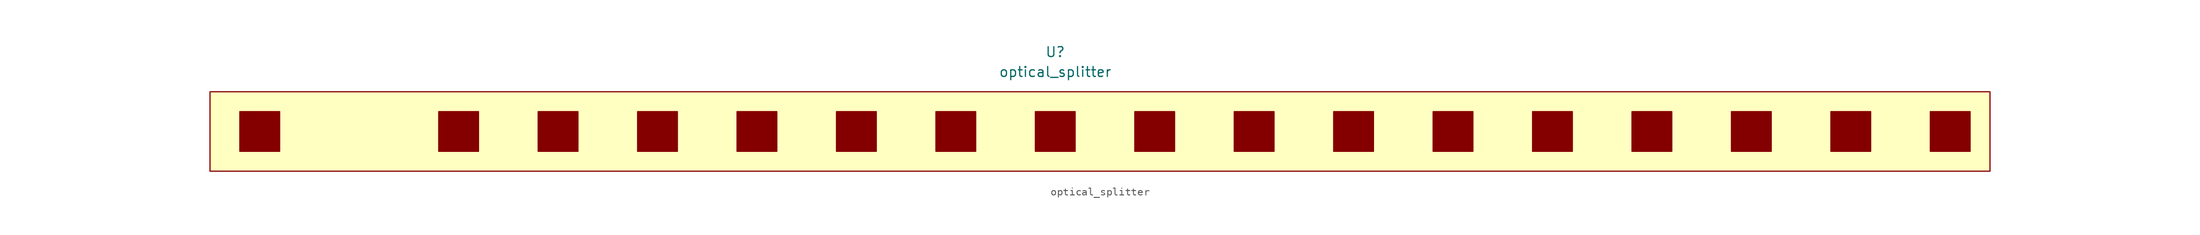
<source format=kicad_sym>
(kicad_symbol_lib
  (version 20231120)
  (generator "kicad_symbol_editor")
  (generator_version "8.0")
  (symbol "optical_splitter"
    (property "Reference" "U"
      (at 101.6 10.16 0)
      (effects (font (size 1.27 1.27))))
    (property "Value" "optical_splitter"
      (at 101.6 7.62 0)
      (effects (font (size 1.27 1.27))))
    (symbol "optical_splitter_0_1"
      (rectangle (start -6.35 5.08) (end 220.98 -5.08) (stroke (width 0.152) (type default)) (fill (type background)))
      (rectangle (start -2.54 2.54) (end 2.54 -2.54) (stroke (width 0.152) (type default)) (fill (type outline)))
      (rectangle (start 22.86 2.54) (end 27.94 -2.54) (stroke (width 0.152) (type default)) (fill (type outline)))
      (rectangle (start 35.56 2.54) (end 40.64 -2.54) (stroke (width 0.152) (type default)) (fill (type outline)))
      (rectangle (start 48.26 2.54) (end 53.34 -2.54) (stroke (width 0.152) (type default)) (fill (type outline)))
      (rectangle (start 60.96 2.54) (end 66.04 -2.54) (stroke (width 0.152) (type default)) (fill (type outline)))
      (rectangle (start 73.66 2.54) (end 78.74 -2.54) (stroke (width 0.152) (type default)) (fill (type outline)))
      (rectangle (start 86.36 2.54) (end 91.44 -2.54) (stroke (width 0.152) (type default)) (fill (type outline)))
      (rectangle (start 99.06 2.54) (end 104.14 -2.54) (stroke (width 0.152) (type default)) (fill (type outline)))
      (rectangle (start 111.76 2.54) (end 116.84 -2.54) (stroke (width 0.152) (type default)) (fill (type outline)))
      (rectangle (start 124.46 2.54) (end 129.54 -2.54) (stroke (width 0.152) (type default)) (fill (type outline)))
      (rectangle (start 137.16 2.54) (end 142.24 -2.54) (stroke (width 0.152) (type default)) (fill (type outline)))
      (rectangle (start 149.86 2.54) (end 154.94 -2.54) (stroke (width 0.152) (type default)) (fill (type outline)))
      (rectangle (start 162.56 2.54) (end 167.64 -2.54) (stroke (width 0.152) (type default)) (fill (type outline)))
      (rectangle (start 175.26 2.54) (end 180.34 -2.54) (stroke (width 0.152) (type default)) (fill (type outline)))
      (rectangle (start 187.96 2.54) (end 193.04 -2.54) (stroke (width 0.152) (type default)) (fill (type outline)))
      (rectangle (start 200.66 2.54) (end 205.74 -2.54) (stroke (width 0.152) (type default)) (fill (type outline)))
      (rectangle (start 213.36 2.54) (end 218.44 -2.54) (stroke (width 0.152) (type default)) (fill (type outline))))
    (symbol "optical_splitter_1_1"
      (pin input line (at 0 0 180) (length 2.54) hide (name "IN" (effects (font (size 1.27 1.27)))) (number "1" (effects (font (size 1.27 1.27)))))
      (pin output line (at 127 0 180) (length 2.54) hide (name "OUT8" (effects (font (size 1.27 1.27)))) (number "10" (effects (font (size 1.27 1.27)))))
      (pin output line (at 139.7 0 180) (length 2.54) hide (name "OUT9" (effects (font (size 1.27 1.27)))) (number "11" (effects (font (size 1.27 1.27)))))
      (pin output line (at 152.4 0 180) (length 2.54) hide (name "OUT10" (effects (font (size 1.27 1.27)))) (number "12" (effects (font (size 1.27 1.27)))))
      (pin output line (at 165.1 0 180) (length 2.54) hide (name "OUT11" (effects (font (size 1.27 1.27)))) (number "13" (effects (font (size 1.27 1.27)))))
      (pin output line (at 177.8 0 180) (length 2.54) hide (name "OUT12" (effects (font (size 1.27 1.27)))) (number "14" (effects (font (size 1.27 1.27)))))
      (pin output line (at 190.5 0 180) (length 2.54) hide (name "OUT13" (effects (font (size 1.27 1.27)))) (number "15" (effects (font (size 1.27 1.27)))))
      (pin output line (at 203.2 0 180) (length 2.54) hide (name "OUT14" (effects (font (size 1.27 1.27)))) (number "16" (effects (font (size 1.27 1.27)))))
      (pin output line (at 215.9 0 180) (length 2.54) hide (name "OUT15" (effects (font (size 1.27 1.27)))) (number "17" (effects (font (size 1.27 1.27)))))
      (pin output line (at 25.4 0 180) (length 2.54) hide (name "OUT0" (effects (font (size 1.27 1.27)))) (number "2" (effects (font (size 1.27 1.27)))))
      (pin output line (at 38.1 0 180) (length 2.54) hide (name "OUT1" (effects (font (size 1.27 1.27)))) (number "3" (effects (font (size 1.27 1.27)))))
      (pin output line (at 50.8 0 180) (length 2.54) hide (name "OUT2" (effects (font (size 1.27 1.27)))) (number "4" (effects (font (size 1.27 1.27)))))
      (pin output line (at 63.5 0 180) (length 2.54) hide (name "OUT3" (effects (font (size 1.27 1.27)))) (number "5" (effects (font (size 1.27 1.27)))))
      (pin output line (at 76.2 0 180) (length 2.54) hide (name "OUT4" (effects (font (size 1.27 1.27)))) (number "6" (effects (font (size 1.27 1.27)))))
      (pin output line (at 88.9 0 180) (length 2.54) hide (name "OUT5" (effects (font (size 1.27 1.27)))) (number "7" (effects (font (size 1.27 1.27)))))
      (pin output line (at 101.6 0 180) (length 2.54) hide (name "OUT6" (effects (font (size 1.27 1.27)))) (number "8" (effects (font (size 1.27 1.27)))))
      (pin output line (at 114.3 0 180) (length 2.54) hide (name "OUT7" (effects (font (size 1.27 1.27)))) (number "9" (effects (font (size 1.27 1.27))))))))
</source>
